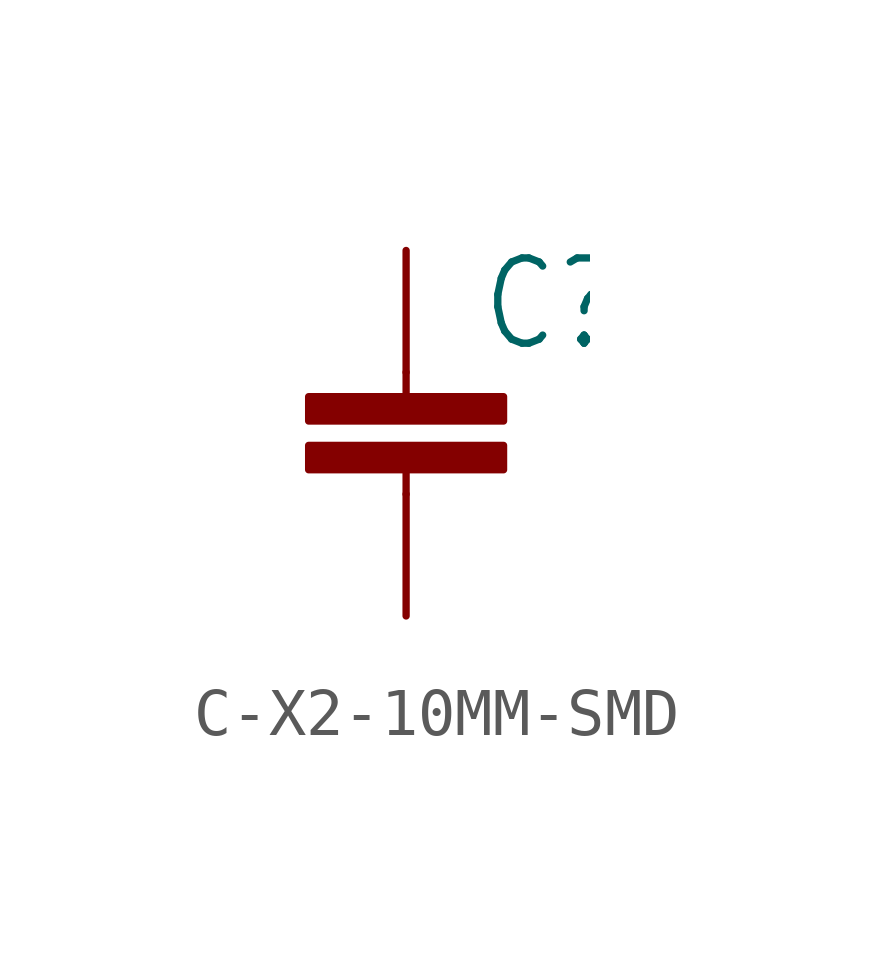
<source format=kicad_sym>
(kicad_symbol_lib
  (version 20241209)
  (generator "kicad_symbol_editor")
  (generator_version "9.0")
  (symbol "C-X2-10MM-SMD"
    (property "Reference" "C"
      (at 1.524 0.381 0)
      (effects (font (size 1.778 1.511)) (justify left bottom)))
    (property "Value" ""
      (at 1.524 -4.699 0)
      (effects (font (size 1.778 1.511)) (justify left bottom)))
    (property "ki_locked" ""
      (at 0 0 0)
      (effects (font (size 1.27 1.27))))
    (symbol "C-X2-10MM-SMD_1_0"
      (rectangle (start -2.032 -1.016) (end 2.032 -0.508) (stroke (width 0) (type default)) (fill (type outline)))
      (rectangle (start -2.032 -2.032) (end 2.032 -1.524) (stroke (width 0) (type default)) (fill (type outline)))
      (polyline (pts (xy 0 0) (xy 0 -0.508)) (stroke (width 0.152) (type solid)) (fill (type none)))
      (polyline (pts (xy 0 -2.54) (xy 0 -2.032)) (stroke (width 0.152) (type solid)) (fill (type none)))
      (pin passive line (at 0 2.54 270) (length 2.54) (name "1" (effects (font (size 0 0)))) (number "1" (effects (font (size 0 0)))))
      (pin passive line (at 0 -5.08 90) (length 2.54) (name "2" (effects (font (size 0 0)))) (number "2" (effects (font (size 0 0))))))))
</source>
